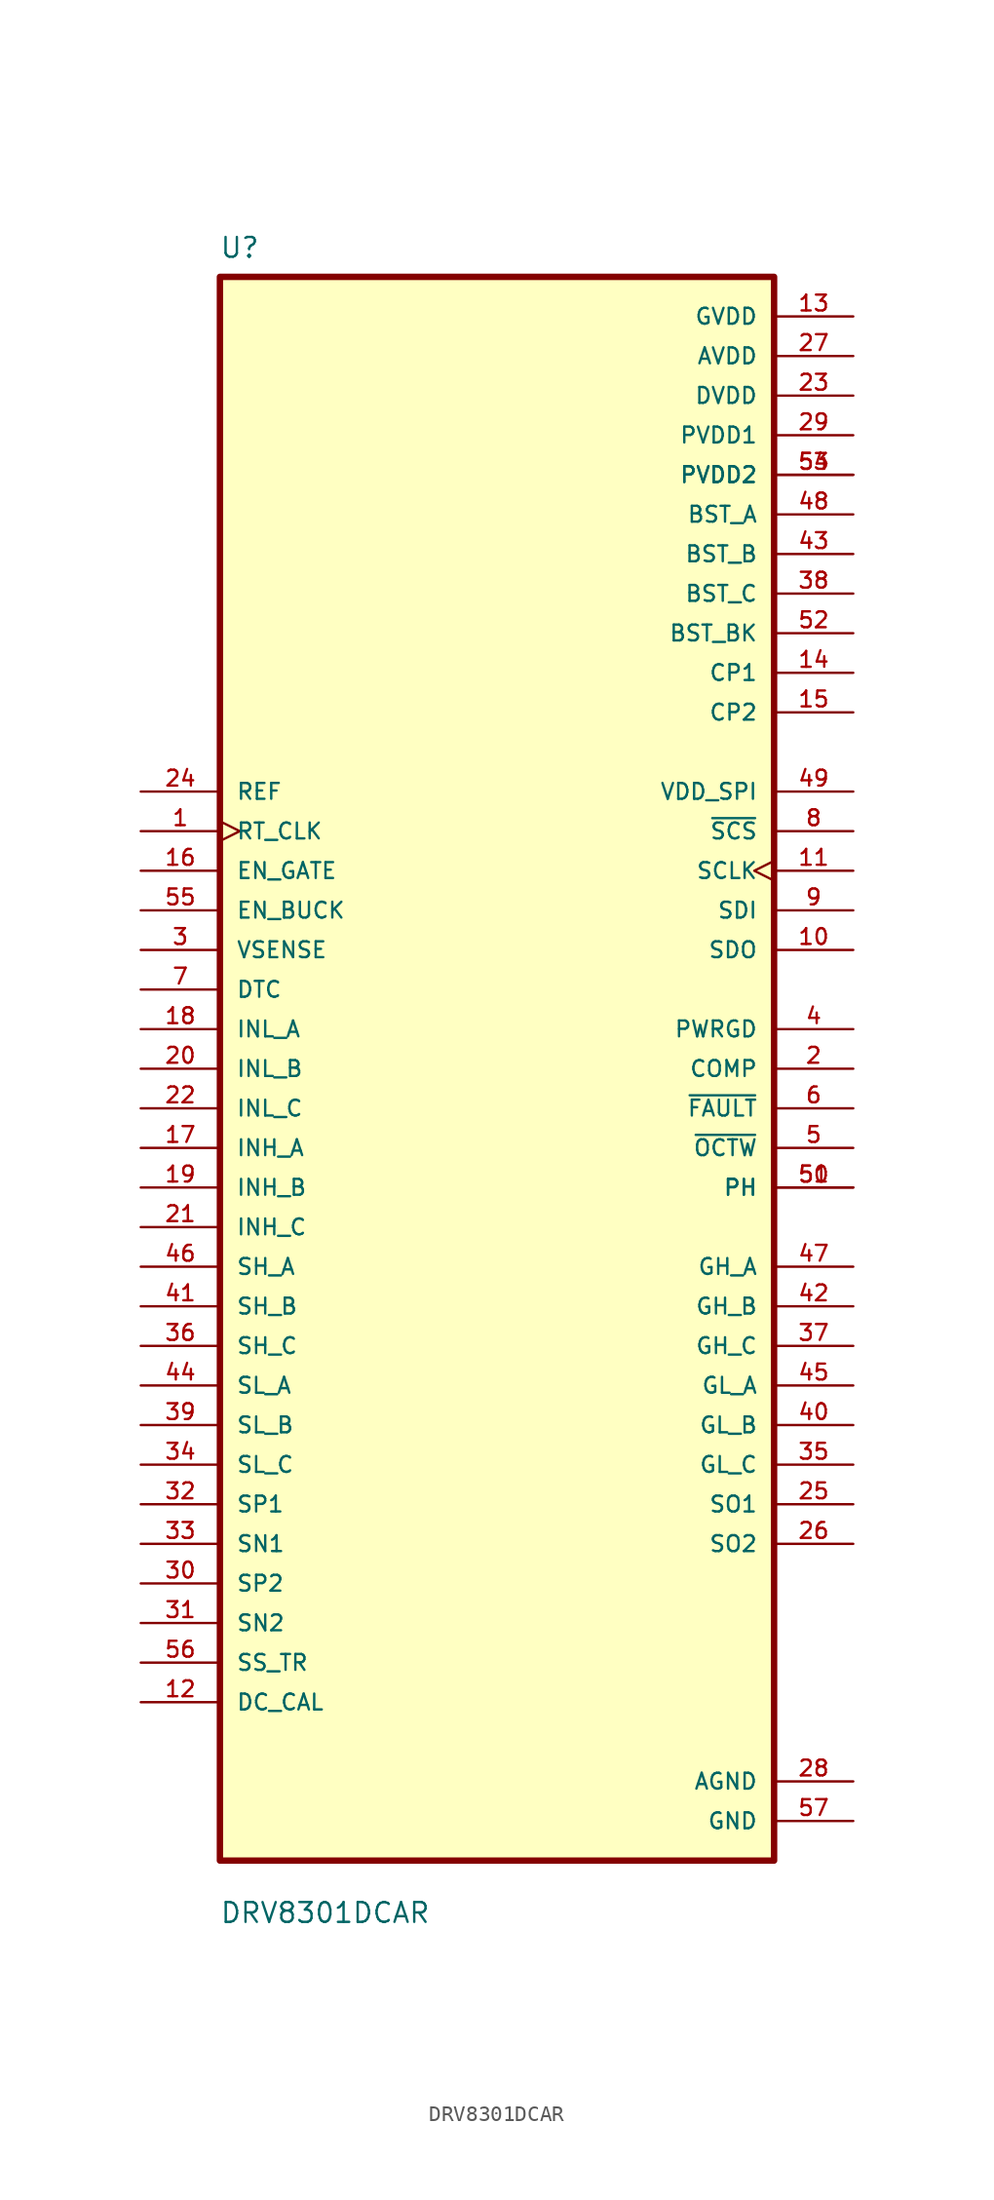
<source format=kicad_sym>
(kicad_symbol_lib
  (version 20211014)
  (generator kicad_symbol_editor)
  (symbol "DRV8301DCAR"
    (pin_names
      (offset 1.016))
    (property "Reference" "U"
      (at -17.82 51.928 0.0)
      (effects (font (size 1.27 1.27)) (justify bottom left)))
    (property "Value" "DRV8301DCAR"
      (at -17.808 -54.893 0.0)
      (effects (font (size 1.27 1.27)) (justify bottom left)))
    (symbol "DRV8301DCAR_0_0"
      (rectangle (start -17.78 -50.8) (end 17.78 50.8) (stroke (width 0.41)) (fill (type background)))
      (pin input line (at -22.86 -40.64 0) (length 5.08) (name "DC_CAL" (effects (font (size 1.016 1.016)))) (number "12" (effects (font (size 1.016 1.016)))))
      (pin input line (at -22.86 5.08 0) (length 5.08) (name "DTC" (effects (font (size 1.016 1.016)))) (number "7" (effects (font (size 1.016 1.016)))))
      (pin input line (at -22.86 10.16 0) (length 5.08) (name "EN_BUCK" (effects (font (size 1.016 1.016)))) (number "55" (effects (font (size 1.016 1.016)))))
      (pin input line (at -22.86 12.7 0) (length 5.08) (name "EN_GATE" (effects (font (size 1.016 1.016)))) (number "16" (effects (font (size 1.016 1.016)))))
      (pin input line (at -22.86 -5.08 0) (length 5.08) (name "INH_A" (effects (font (size 1.016 1.016)))) (number "17" (effects (font (size 1.016 1.016)))))
      (pin input line (at -22.86 -7.62 0) (length 5.08) (name "INH_B" (effects (font (size 1.016 1.016)))) (number "19" (effects (font (size 1.016 1.016)))))
      (pin input line (at -22.86 -10.16 0) (length 5.08) (name "INH_C" (effects (font (size 1.016 1.016)))) (number "21" (effects (font (size 1.016 1.016)))))
      (pin input line (at -22.86 2.54 0) (length 5.08) (name "INL_A" (effects (font (size 1.016 1.016)))) (number "18" (effects (font (size 1.016 1.016)))))
      (pin input line (at -22.86 0.0 0) (length 5.08) (name "INL_B" (effects (font (size 1.016 1.016)))) (number "20" (effects (font (size 1.016 1.016)))))
      (pin input line (at -22.86 -2.54 0) (length 5.08) (name "INL_C" (effects (font (size 1.016 1.016)))) (number "22" (effects (font (size 1.016 1.016)))))
      (pin input line (at 22.86 15.24 180.0) (length 5.08) (name "~{SCS}" (effects (font (size 1.016 1.016)))) (number "8" (effects (font (size 1.016 1.016)))))
      (pin input line (at -22.86 17.78 0) (length 5.08) (name "REF" (effects (font (size 1.016 1.016)))) (number "24" (effects (font (size 1.016 1.016)))))
      (pin input clock (at -22.86 15.24 0) (length 5.08) (name "RT_CLK" (effects (font (size 1.016 1.016)))) (number "1" (effects (font (size 1.016 1.016)))))
      (pin input clock (at 22.86 12.7 180.0) (length 5.08) (name "SCLK" (effects (font (size 1.016 1.016)))) (number "11" (effects (font (size 1.016 1.016)))))
      (pin input line (at 22.86 10.16 180.0) (length 5.08) (name "SDI" (effects (font (size 1.016 1.016)))) (number "9" (effects (font (size 1.016 1.016)))))
      (pin input line (at -22.86 -12.7 0) (length 5.08) (name "SH_A" (effects (font (size 1.016 1.016)))) (number "46" (effects (font (size 1.016 1.016)))))
      (pin input line (at -22.86 -15.24 0) (length 5.08) (name "SH_B" (effects (font (size 1.016 1.016)))) (number "41" (effects (font (size 1.016 1.016)))))
      (pin input line (at -22.86 -17.78 0) (length 5.08) (name "SH_C" (effects (font (size 1.016 1.016)))) (number "36" (effects (font (size 1.016 1.016)))))
      (pin input line (at -22.86 -20.32 0) (length 5.08) (name "SL_A" (effects (font (size 1.016 1.016)))) (number "44" (effects (font (size 1.016 1.016)))))
      (pin input line (at -22.86 -22.86 0) (length 5.08) (name "SL_B" (effects (font (size 1.016 1.016)))) (number "39" (effects (font (size 1.016 1.016)))))
      (pin input line (at -22.86 -25.4 0) (length 5.08) (name "SL_C" (effects (font (size 1.016 1.016)))) (number "34" (effects (font (size 1.016 1.016)))))
      (pin input line (at -22.86 -30.48 0) (length 5.08) (name "SN1" (effects (font (size 1.016 1.016)))) (number "33" (effects (font (size 1.016 1.016)))))
      (pin input line (at -22.86 -35.56 0) (length 5.08) (name "SN2" (effects (font (size 1.016 1.016)))) (number "31" (effects (font (size 1.016 1.016)))))
      (pin input line (at -22.86 -27.94 0) (length 5.08) (name "SP1" (effects (font (size 1.016 1.016)))) (number "32" (effects (font (size 1.016 1.016)))))
      (pin input line (at -22.86 -33.02 0) (length 5.08) (name "SP2" (effects (font (size 1.016 1.016)))) (number "30" (effects (font (size 1.016 1.016)))))
      (pin input line (at -22.86 -38.1 0) (length 5.08) (name "SS_TR" (effects (font (size 1.016 1.016)))) (number "56" (effects (font (size 1.016 1.016)))))
      (pin input line (at 22.86 17.78 180.0) (length 5.08) (name "VDD_SPI" (effects (font (size 1.016 1.016)))) (number "49" (effects (font (size 1.016 1.016)))))
      (pin input line (at -22.86 7.62 0) (length 5.08) (name "VSENSE" (effects (font (size 1.016 1.016)))) (number "3" (effects (font (size 1.016 1.016)))))
      (pin power_in line (at 22.86 -45.72 180.0) (length 5.08) (name "AGND" (effects (font (size 1.016 1.016)))) (number "28" (effects (font (size 1.016 1.016)))))
      (pin power_in line (at 22.86 45.72 180.0) (length 5.08) (name "AVDD" (effects (font (size 1.016 1.016)))) (number "27" (effects (font (size 1.016 1.016)))))
      (pin power_in line (at 22.86 35.56 180.0) (length 5.08) (name "BST_A" (effects (font (size 1.016 1.016)))) (number "48" (effects (font (size 1.016 1.016)))))
      (pin power_in line (at 22.86 33.02 180.0) (length 5.08) (name "BST_B" (effects (font (size 1.016 1.016)))) (number "43" (effects (font (size 1.016 1.016)))))
      (pin power_in line (at 22.86 27.94 180.0) (length 5.08) (name "BST_BK" (effects (font (size 1.016 1.016)))) (number "52" (effects (font (size 1.016 1.016)))))
      (pin power_in line (at 22.86 30.48 180.0) (length 5.08) (name "BST_C" (effects (font (size 1.016 1.016)))) (number "38" (effects (font (size 1.016 1.016)))))
      (pin power_in line (at 22.86 25.4 180.0) (length 5.08) (name "CP1" (effects (font (size 1.016 1.016)))) (number "14" (effects (font (size 1.016 1.016)))))
      (pin power_in line (at 22.86 22.86 180.0) (length 5.08) (name "CP2" (effects (font (size 1.016 1.016)))) (number "15" (effects (font (size 1.016 1.016)))))
      (pin power_in line (at 22.86 43.18 180.0) (length 5.08) (name "DVDD" (effects (font (size 1.016 1.016)))) (number "23" (effects (font (size 1.016 1.016)))))
      (pin power_in line (at 22.86 -48.26 180.0) (length 5.08) (name "GND" (effects (font (size 1.016 1.016)))) (number "57" (effects (font (size 1.016 1.016)))))
      (pin power_in line (at 22.86 48.26 180.0) (length 5.08) (name "GVDD" (effects (font (size 1.016 1.016)))) (number "13" (effects (font (size 1.016 1.016)))))
      (pin power_in line (at 22.86 40.64 180.0) (length 5.08) (name "PVDD1" (effects (font (size 1.016 1.016)))) (number "29" (effects (font (size 1.016 1.016)))))
      (pin power_in line (at 22.86 38.1 180.0) (length 5.08) (name "PVDD2" (effects (font (size 1.016 1.016)))) (number "53" (effects (font (size 1.016 1.016)))))
      (pin power_in line (at 22.86 38.1 180.0) (length 5.08) (name "PVDD2" (effects (font (size 1.016 1.016)))) (number "54" (effects (font (size 1.016 1.016)))))
      (pin output line (at 22.86 0.0 180.0) (length 5.08) (name "COMP" (effects (font (size 1.016 1.016)))) (number "2" (effects (font (size 1.016 1.016)))))
      (pin output line (at 22.86 -12.7 180.0) (length 5.08) (name "GH_A" (effects (font (size 1.016 1.016)))) (number "47" (effects (font (size 1.016 1.016)))))
      (pin output line (at 22.86 -15.24 180.0) (length 5.08) (name "GH_B" (effects (font (size 1.016 1.016)))) (number "42" (effects (font (size 1.016 1.016)))))
      (pin output line (at 22.86 -17.78 180.0) (length 5.08) (name "GH_C" (effects (font (size 1.016 1.016)))) (number "37" (effects (font (size 1.016 1.016)))))
      (pin output line (at 22.86 -20.32 180.0) (length 5.08) (name "GL_A" (effects (font (size 1.016 1.016)))) (number "45" (effects (font (size 1.016 1.016)))))
      (pin output line (at 22.86 -22.86 180.0) (length 5.08) (name "GL_B" (effects (font (size 1.016 1.016)))) (number "40" (effects (font (size 1.016 1.016)))))
      (pin output line (at 22.86 -25.4 180.0) (length 5.08) (name "GL_C" (effects (font (size 1.016 1.016)))) (number "35" (effects (font (size 1.016 1.016)))))
      (pin output line (at 22.86 -2.54 180.0) (length 5.08) (name "~{FAULT}" (effects (font (size 1.016 1.016)))) (number "6" (effects (font (size 1.016 1.016)))))
      (pin output line (at 22.86 -5.08 180.0) (length 5.08) (name "~{OCTW}" (effects (font (size 1.016 1.016)))) (number "5" (effects (font (size 1.016 1.016)))))
      (pin output line (at 22.86 -7.62 180.0) (length 5.08) (name "PH" (effects (font (size 1.016 1.016)))) (number "50" (effects (font (size 1.016 1.016)))))
      (pin output line (at 22.86 -7.62 180.0) (length 5.08) (name "PH" (effects (font (size 1.016 1.016)))) (number "51" (effects (font (size 1.016 1.016)))))
      (pin output line (at 22.86 2.54 180.0) (length 5.08) (name "PWRGD" (effects (font (size 1.016 1.016)))) (number "4" (effects (font (size 1.016 1.016)))))
      (pin output line (at 22.86 7.62 180.0) (length 5.08) (name "SDO" (effects (font (size 1.016 1.016)))) (number "10" (effects (font (size 1.016 1.016)))))
      (pin output line (at 22.86 -27.94 180.0) (length 5.08) (name "SO1" (effects (font (size 1.016 1.016)))) (number "25" (effects (font (size 1.016 1.016)))))
      (pin output line (at 22.86 -30.48 180.0) (length 5.08) (name "SO2" (effects (font (size 1.016 1.016)))) (number "26" (effects (font (size 1.016 1.016))))))))
</source>
